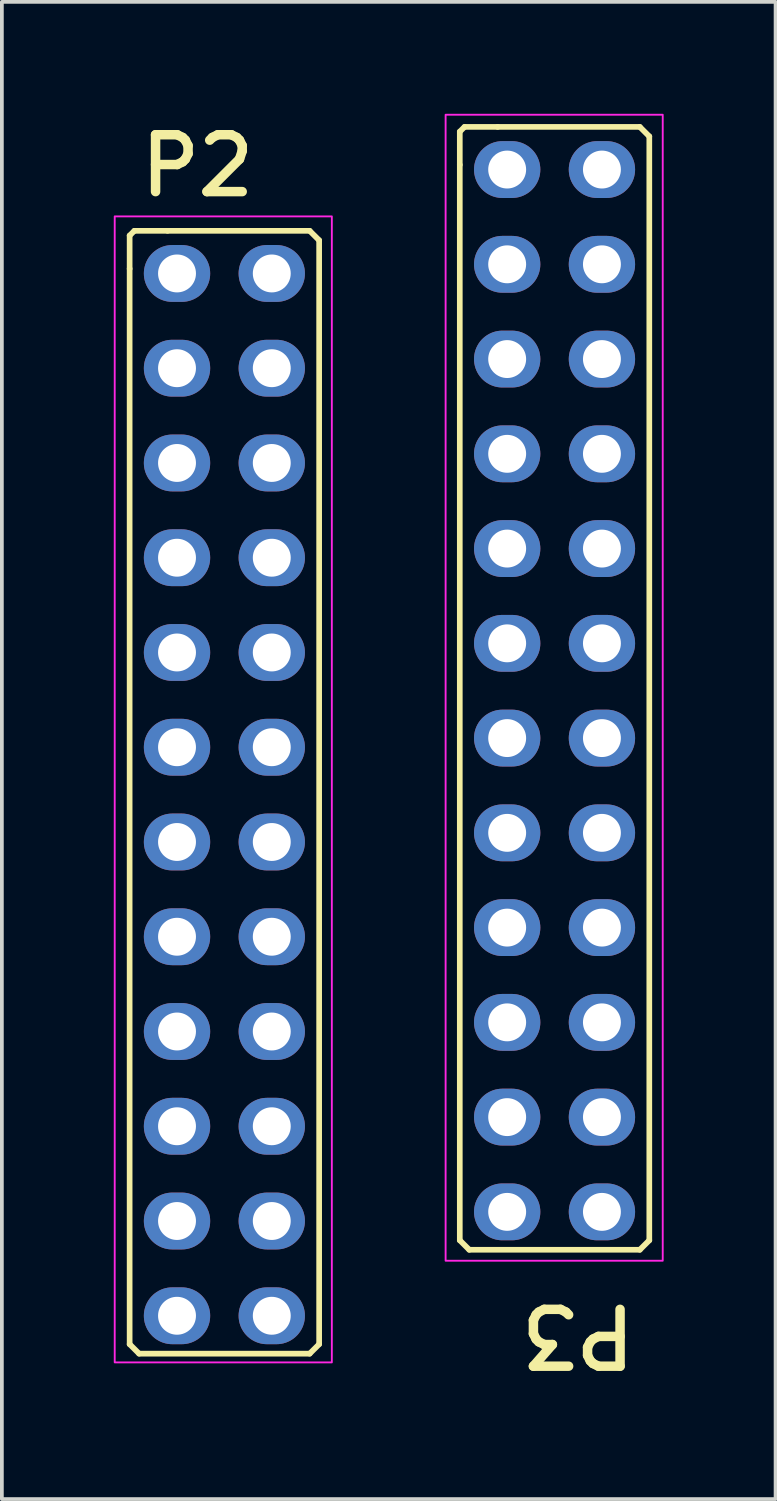
<source format=kicad_pcb>
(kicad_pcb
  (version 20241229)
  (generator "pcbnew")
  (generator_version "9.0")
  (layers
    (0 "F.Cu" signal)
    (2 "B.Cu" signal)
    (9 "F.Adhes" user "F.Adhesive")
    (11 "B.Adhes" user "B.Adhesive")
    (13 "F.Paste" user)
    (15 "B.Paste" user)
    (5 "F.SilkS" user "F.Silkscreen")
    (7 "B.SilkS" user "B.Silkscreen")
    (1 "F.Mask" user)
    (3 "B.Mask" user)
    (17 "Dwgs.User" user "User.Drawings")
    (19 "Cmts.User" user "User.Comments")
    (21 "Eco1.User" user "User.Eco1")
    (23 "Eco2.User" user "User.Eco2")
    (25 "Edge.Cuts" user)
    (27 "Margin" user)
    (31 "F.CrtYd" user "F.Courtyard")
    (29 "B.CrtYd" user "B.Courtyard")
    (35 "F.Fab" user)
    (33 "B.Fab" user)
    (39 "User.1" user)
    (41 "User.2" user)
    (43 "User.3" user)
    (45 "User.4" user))
  (footprint "P3"
    (layer "F.Cu")
    (at 13.085 6.575)
    (property "Reference" "P3" (at 1.016 25.273 180) (unlocked yes) (layer "F.SilkS") (effects (font (size 1.524 1.524) (thickness 0.254)) (justify left bottom)))
    (attr through_hole)
    (fp_line (start -3.81 -6.096) (end -3.81 -5.207) (stroke (width 0.152) (type solid)) (layer "F.SilkS"))
    (fp_line (start -3.81 -5.207) (end -3.81 23.622) (stroke (width 0.152) (type solid)) (layer "F.SilkS"))
    (fp_line (start -3.683 -6.223) (end -3.81 -6.096) (stroke (width 0.152) (type solid)) (layer "F.SilkS"))
    (fp_line (start -3.556 23.876) (end -3.81 23.622) (stroke (width 0.152) (type solid)) (layer "F.SilkS"))
    (fp_line (start -2.794 -6.223) (end -3.683 -6.223) (stroke (width 0.152) (type solid)) (layer "F.SilkS"))
    (fp_line (start 1.016 -6.223) (end -2.794 -6.223) (stroke (width 0.152) (type solid)) (layer "F.SilkS"))
    (fp_line (start 1.016 23.876) (end -3.556 23.876) (stroke (width 0.152) (type solid)) (layer "F.SilkS"))
    (fp_line (start 1.27 -5.969) (end 1.016 -6.223) (stroke (width 0.152) (type solid)) (layer "F.SilkS"))
    (fp_line (start 1.27 -5.969) (end 1.27 23.622) (stroke (width 0.152) (type solid)) (layer "F.SilkS"))
    (fp_line (start 1.27 23.622) (end 1.016 23.876) (stroke (width 0.152) (type solid)) (layer "F.SilkS"))
    (fp_rect (start -4.19 -6.55) (end 1.63 24.17) (stroke (width 0.05) (type solid)) (fill no) (layer "F.CrtYd"))
    (pad "1" thru_hole oval (at -2.54 -5.08) (size 1.778 1.524) (drill 1.016) (layers "*.Cu" "*.Mask"))
    (pad "2" thru_hole oval (at 0 -5.08) (size 1.778 1.524) (drill 1.016) (layers "*.Cu" "*.Mask"))
    (pad "3" thru_hole oval (at -2.54 -2.54) (size 1.778 1.524) (drill 1.016) (layers "*.Cu" "*.Mask"))
    (pad "4" thru_hole oval (at 0 -2.54) (size 1.778 1.524) (drill 1.016) (layers "*.Cu" "*.Mask"))
    (pad "5" thru_hole oval (at -2.54 0) (size 1.778 1.524) (drill 1.016) (layers "*.Cu" "*.Mask"))
    (pad "6" thru_hole oval (at 0 0) (size 1.778 1.524) (drill 1.016) (layers "*.Cu" "*.Mask"))
    (pad "7" thru_hole oval (at -2.54 2.54) (size 1.778 1.524) (drill 1.016) (layers "*.Cu" "*.Mask"))
    (pad "8" thru_hole oval (at 0 2.54) (size 1.778 1.524) (drill 1.016) (layers "*.Cu" "*.Mask"))
    (pad "9" thru_hole oval (at -2.54 5.08) (size 1.778 1.524) (drill 1.016) (layers "*.Cu" "*.Mask"))
    (pad "10" thru_hole oval (at 0 5.08) (size 1.778 1.524) (drill 1.016) (layers "*.Cu" "*.Mask"))
    (pad "11" thru_hole oval (at -2.54 7.62) (size 1.778 1.524) (drill 1.016) (layers "*.Cu" "*.Mask"))
    (pad "12" thru_hole oval (at 0 7.62) (size 1.778 1.524) (drill 1.016) (layers "*.Cu" "*.Mask"))
    (pad "13" thru_hole oval (at -2.54 10.16) (size 1.778 1.524) (drill 1.016) (layers "*.Cu" "*.Mask"))
    (pad "14" thru_hole oval (at 0 10.16) (size 1.778 1.524) (drill 1.016) (layers "*.Cu" "*.Mask"))
    (pad "15" thru_hole oval (at -2.54 12.7) (size 1.778 1.524) (drill 1.016) (layers "*.Cu" "*.Mask"))
    (pad "16" thru_hole oval (at 0 12.7) (size 1.778 1.524) (drill 1.016) (layers "*.Cu" "*.Mask"))
    (pad "17" thru_hole oval (at -2.54 15.24) (size 1.778 1.524) (drill 1.016) (layers "*.Cu" "*.Mask"))
    (pad "18" thru_hole oval (at 0 15.24) (size 1.778 1.524) (drill 1.016) (layers "*.Cu" "*.Mask"))
    (pad "19" thru_hole oval (at -2.54 17.78) (size 1.778 1.524) (drill 1.016) (layers "*.Cu" "*.Mask"))
    (pad "20" thru_hole oval (at 0 17.78) (size 1.778 1.524) (drill 1.016) (layers "*.Cu" "*.Mask"))
    (pad "21" thru_hole oval (at -2.54 20.32) (size 1.778 1.524) (drill 1.016) (layers "*.Cu" "*.Mask"))
    (pad "22" thru_hole oval (at 0 20.32) (size 1.778 1.524) (drill 1.016) (layers "*.Cu" "*.Mask"))
    (pad "23" thru_hole oval (at -2.54 22.86) (size 1.778 1.524) (drill 1.016) (layers "*.Cu" "*.Mask"))
    (pad "24" thru_hole oval (at 0 22.86) (size 1.778 1.524) (drill 1.016) (layers "*.Cu" "*.Mask")))
  (footprint "P2"
    (layer "F.Cu")
    (at 4.235 9.36)
    (property "Reference" "P2" (at -3.645 -7.074 0) (unlocked yes) (layer "F.SilkS") (effects (font (size 1.524 1.524) (thickness 0.254)) (justify left bottom)))
    (attr through_hole)
    (fp_line (start -3.81 -6.096) (end -3.683 -6.223) (stroke (width 0.152) (type solid)) (layer "F.SilkS"))
    (fp_line (start -3.81 -5.207) (end -3.81 -6.096) (stroke (width 0.152) (type solid)) (layer "F.SilkS"))
    (fp_line (start -3.81 23.622) (end -3.81 -5.207) (stroke (width 0.152) (type solid)) (layer "F.SilkS"))
    (fp_line (start -3.81 23.622) (end -3.556 23.876) (stroke (width 0.152) (type solid)) (layer "F.SilkS"))
    (fp_line (start -3.683 -6.223) (end -2.794 -6.223) (stroke (width 0.152) (type solid)) (layer "F.SilkS"))
    (fp_line (start -3.556 23.876) (end 1.016 23.876) (stroke (width 0.152) (type solid)) (layer "F.SilkS"))
    (fp_line (start -2.794 -6.223) (end 1.016 -6.223) (stroke (width 0.152) (type solid)) (layer "F.SilkS"))
    (fp_line (start 1.016 -6.223) (end 1.27 -5.969) (stroke (width 0.152) (type solid)) (layer "F.SilkS"))
    (fp_line (start 1.016 23.876) (end 1.27 23.622) (stroke (width 0.152) (type solid)) (layer "F.SilkS"))
    (fp_line (start 1.27 23.622) (end 1.27 -5.969) (stroke (width 0.152) (type solid)) (layer "F.SilkS"))
    (fp_rect (start -4.21 -6.61) (end 1.61 24.11) (stroke (width 0.05) (type solid)) (fill no) (layer "F.CrtYd"))
    (pad "1" thru_hole oval (at -2.54 -5.08) (size 1.778 1.524) (drill 1.016) (layers "*.Cu" "*.Mask"))
    (pad "2" thru_hole oval (at 0 -5.08) (size 1.778 1.524) (drill 1.016) (layers "*.Cu" "*.Mask"))
    (pad "3" thru_hole oval (at -2.54 -2.54) (size 1.778 1.524) (drill 1.016) (layers "*.Cu" "*.Mask"))
    (pad "4" thru_hole oval (at 0 -2.54) (size 1.778 1.524) (drill 1.016) (layers "*.Cu" "*.Mask"))
    (pad "5" thru_hole oval (at -2.54 0) (size 1.778 1.524) (drill 1.016) (layers "*.Cu" "*.Mask"))
    (pad "6" thru_hole oval (at 0 0) (size 1.778 1.524) (drill 1.016) (layers "*.Cu" "*.Mask"))
    (pad "7" thru_hole oval (at -2.54 2.54) (size 1.778 1.524) (drill 1.016) (layers "*.Cu" "*.Mask"))
    (pad "8" thru_hole oval (at 0 2.54) (size 1.778 1.524) (drill 1.016) (layers "*.Cu" "*.Mask"))
    (pad "9" thru_hole oval (at -2.54 5.08) (size 1.778 1.524) (drill 1.016) (layers "*.Cu" "*.Mask"))
    (pad "10" thru_hole oval (at 0 5.08) (size 1.778 1.524) (drill 1.016) (layers "*.Cu" "*.Mask"))
    (pad "11" thru_hole oval (at -2.54 7.62) (size 1.778 1.524) (drill 1.016) (layers "*.Cu" "*.Mask"))
    (pad "12" thru_hole oval (at 0 7.62) (size 1.778 1.524) (drill 1.016) (layers "*.Cu" "*.Mask"))
    (pad "13" thru_hole oval (at -2.54 10.16) (size 1.778 1.524) (drill 1.016) (layers "*.Cu" "*.Mask"))
    (pad "14" thru_hole oval (at 0 10.16) (size 1.778 1.524) (drill 1.016) (layers "*.Cu" "*.Mask"))
    (pad "15" thru_hole oval (at -2.54 12.7) (size 1.778 1.524) (drill 1.016) (layers "*.Cu" "*.Mask"))
    (pad "16" thru_hole oval (at 0 12.7) (size 1.778 1.524) (drill 1.016) (layers "*.Cu" "*.Mask"))
    (pad "17" thru_hole oval (at -2.54 15.24) (size 1.778 1.524) (drill 1.016) (layers "*.Cu" "*.Mask"))
    (pad "18" thru_hole oval (at 0 15.24) (size 1.778 1.524) (drill 1.016) (layers "*.Cu" "*.Mask"))
    (pad "19" thru_hole oval (at -2.54 17.78) (size 1.778 1.524) (drill 1.016) (layers "*.Cu" "*.Mask"))
    (pad "20" thru_hole oval (at 0 17.78) (size 1.778 1.524) (drill 1.016) (layers "*.Cu" "*.Mask"))
    (pad "21" thru_hole oval (at -2.54 20.32) (size 1.778 1.524) (drill 1.016) (layers "*.Cu" "*.Mask"))
    (pad "22" thru_hole oval (at 0 20.32) (size 1.778 1.524) (drill 1.016) (layers "*.Cu" "*.Mask"))
    (pad "23" thru_hole oval (at -2.54 22.86) (size 1.778 1.524) (drill 1.016) (layers "*.Cu" "*.Mask"))
    (pad "24" thru_hole oval (at 0 22.86) (size 1.778 1.524) (drill 1.016) (layers "*.Cu" "*.Mask")))
  (gr_rect
    (start -3 -3)
    (end 17.74 37.134)
    (stroke (width 0.1) (type default))
    (fill no)
    (layer "Edge.Cuts")))
</source>
